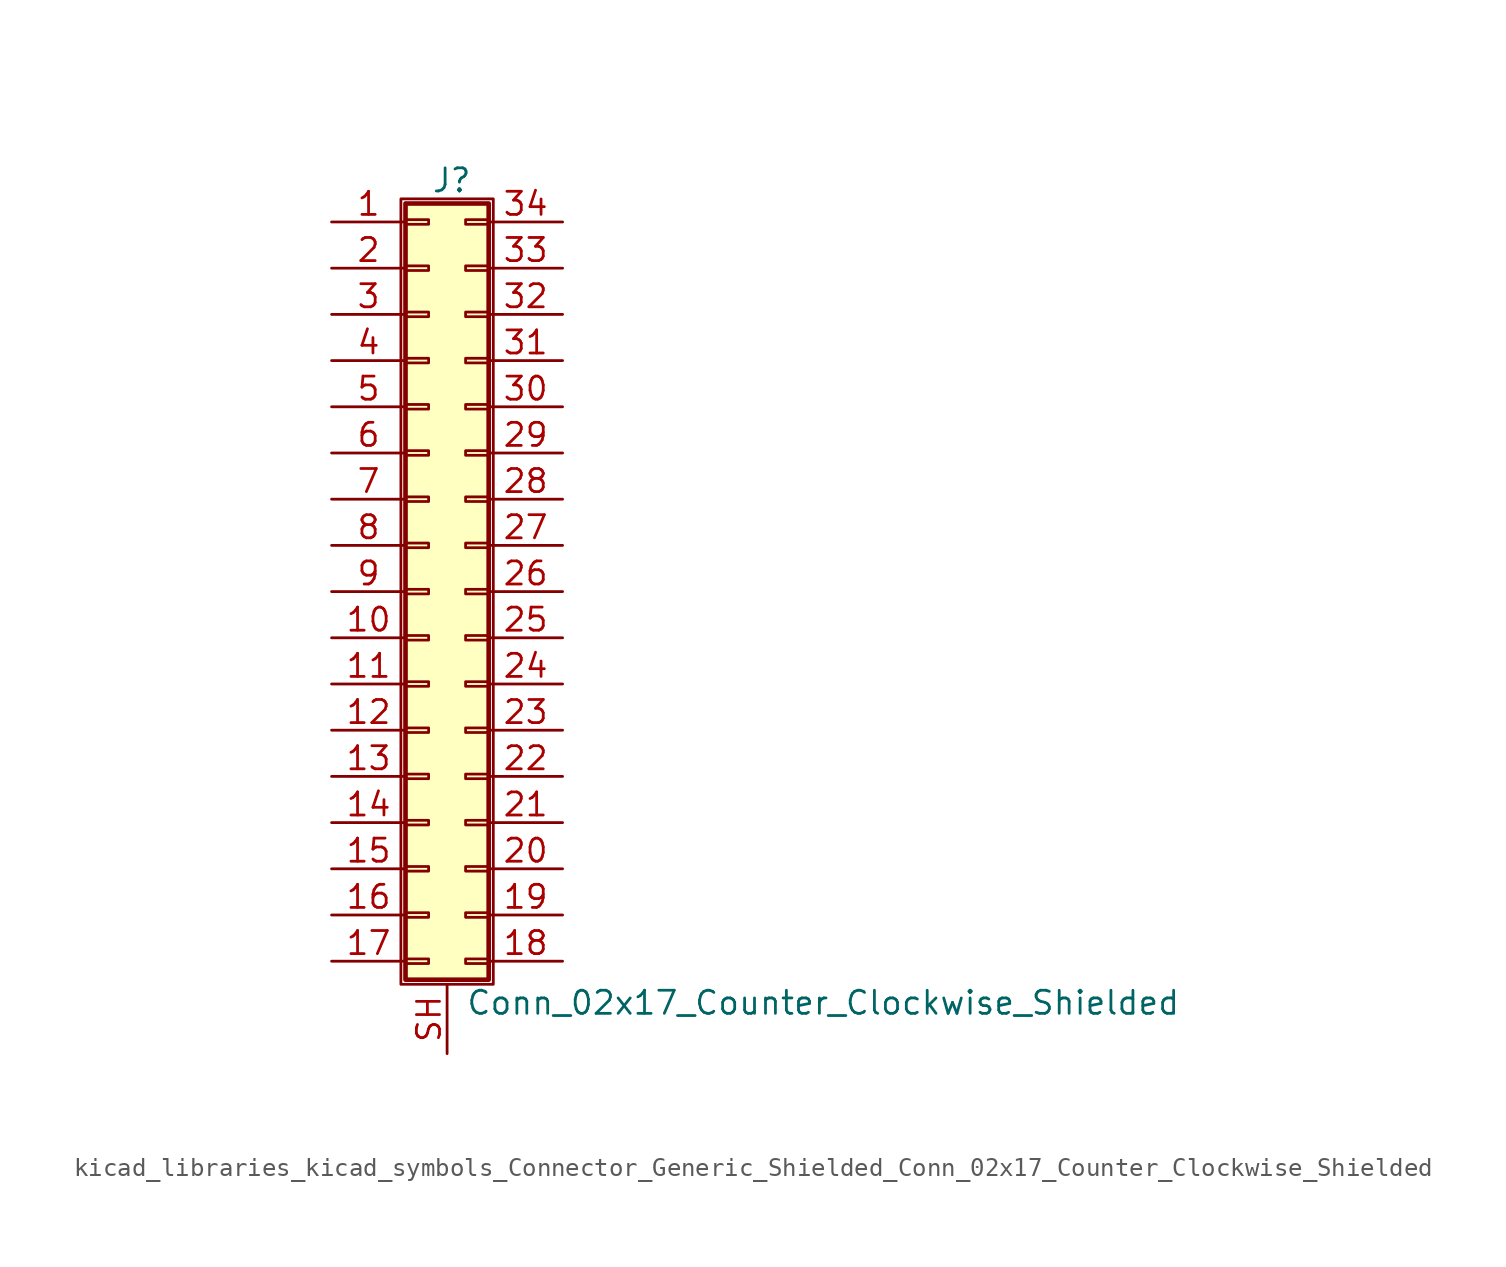
<source format=kicad_sym>
(kicad_symbol_lib
  (version 20220914)
  (generator kicad_symbol_editor)
  (symbol "kicad_libraries_kicad_symbols_Connector_Generic_Shielded_Conn_02x17_Counter_Clockwise_Shielded"
    (pin_names
      (offset 1.016) hide)
    (property "Reference" "J"
      (at 1.524 22.606 0)
      (effects (font (size 1.27 1.27))))
    (property "Value" "Conn_02x17_Counter_Clockwise_Shielded"
      (at 2.286 -22.606 0)
      (effects (font (size 1.27 1.27)) (justify left)))
    (symbol "kicad_libraries_kicad_symbols_Connector_Generic_Shielded_Conn_02x17_Counter_Clockwise_Shielded_1_1"
      (rectangle (start -1.27 21.59) (end 3.81 -21.59) (stroke (width 0.152) (type default)) (fill (type none)))
      (rectangle (start -1.016 -20.193) (end 0.254 -20.447) (stroke (width 0.152) (type default)) (fill (type none)))
      (rectangle (start -1.016 -17.653) (end 0.254 -17.907) (stroke (width 0.152) (type default)) (fill (type none)))
      (rectangle (start -1.016 -15.113) (end 0.254 -15.367) (stroke (width 0.152) (type default)) (fill (type none)))
      (rectangle (start -1.016 -12.573) (end 0.254 -12.827) (stroke (width 0.152) (type default)) (fill (type none)))
      (rectangle (start -1.016 -10.033) (end 0.254 -10.287) (stroke (width 0.152) (type default)) (fill (type none)))
      (rectangle (start -1.016 -7.493) (end 0.254 -7.747) (stroke (width 0.152) (type default)) (fill (type none)))
      (rectangle (start -1.016 -4.953) (end 0.254 -5.207) (stroke (width 0.152) (type default)) (fill (type none)))
      (rectangle (start -1.016 -2.413) (end 0.254 -2.667) (stroke (width 0.152) (type default)) (fill (type none)))
      (rectangle (start -1.016 0.127) (end 0.254 -0.127) (stroke (width 0.152) (type default)) (fill (type none)))
      (rectangle (start -1.016 2.667) (end 0.254 2.413) (stroke (width 0.152) (type default)) (fill (type none)))
      (rectangle (start -1.016 5.207) (end 0.254 4.953) (stroke (width 0.152) (type default)) (fill (type none)))
      (rectangle (start -1.016 7.747) (end 0.254 7.493) (stroke (width 0.152) (type default)) (fill (type none)))
      (rectangle (start -1.016 10.287) (end 0.254 10.033) (stroke (width 0.152) (type default)) (fill (type none)))
      (rectangle (start -1.016 12.827) (end 0.254 12.573) (stroke (width 0.152) (type default)) (fill (type none)))
      (rectangle (start -1.016 15.367) (end 0.254 15.113) (stroke (width 0.152) (type default)) (fill (type none)))
      (rectangle (start -1.016 17.907) (end 0.254 17.653) (stroke (width 0.152) (type default)) (fill (type none)))
      (rectangle (start -1.016 20.447) (end 0.254 20.193) (stroke (width 0.152) (type default)) (fill (type none)))
      (rectangle (start -1.016 21.336) (end 3.556 -21.336) (stroke (width 0.254) (type default)) (fill (type background)))
      (rectangle (start 3.556 -20.193) (end 2.286 -20.447) (stroke (width 0.152) (type default)) (fill (type none)))
      (rectangle (start 3.556 -17.653) (end 2.286 -17.907) (stroke (width 0.152) (type default)) (fill (type none)))
      (rectangle (start 3.556 -15.113) (end 2.286 -15.367) (stroke (width 0.152) (type default)) (fill (type none)))
      (rectangle (start 3.556 -12.573) (end 2.286 -12.827) (stroke (width 0.152) (type default)) (fill (type none)))
      (rectangle (start 3.556 -10.033) (end 2.286 -10.287) (stroke (width 0.152) (type default)) (fill (type none)))
      (rectangle (start 3.556 -7.493) (end 2.286 -7.747) (stroke (width 0.152) (type default)) (fill (type none)))
      (rectangle (start 3.556 -4.953) (end 2.286 -5.207) (stroke (width 0.152) (type default)) (fill (type none)))
      (rectangle (start 3.556 -2.413) (end 2.286 -2.667) (stroke (width 0.152) (type default)) (fill (type none)))
      (rectangle (start 3.556 0.127) (end 2.286 -0.127) (stroke (width 0.152) (type default)) (fill (type none)))
      (rectangle (start 3.556 2.667) (end 2.286 2.413) (stroke (width 0.152) (type default)) (fill (type none)))
      (rectangle (start 3.556 5.207) (end 2.286 4.953) (stroke (width 0.152) (type default)) (fill (type none)))
      (rectangle (start 3.556 7.747) (end 2.286 7.493) (stroke (width 0.152) (type default)) (fill (type none)))
      (rectangle (start 3.556 10.287) (end 2.286 10.033) (stroke (width 0.152) (type default)) (fill (type none)))
      (rectangle (start 3.556 12.827) (end 2.286 12.573) (stroke (width 0.152) (type default)) (fill (type none)))
      (rectangle (start 3.556 15.367) (end 2.286 15.113) (stroke (width 0.152) (type default)) (fill (type none)))
      (rectangle (start 3.556 17.907) (end 2.286 17.653) (stroke (width 0.152) (type default)) (fill (type none)))
      (rectangle (start 3.556 20.447) (end 2.286 20.193) (stroke (width 0.152) (type default)) (fill (type none)))
      (pin passive line (at -5.08 20.32 0) (length 4.064) (name "Pin_1" (effects (font (size 1.27 1.27)))) (number "1" (effects (font (size 1.27 1.27)))))
      (pin passive line (at -5.08 -2.54 0) (length 4.064) (name "Pin_10" (effects (font (size 1.27 1.27)))) (number "10" (effects (font (size 1.27 1.27)))))
      (pin passive line (at -5.08 -5.08 0) (length 4.064) (name "Pin_11" (effects (font (size 1.27 1.27)))) (number "11" (effects (font (size 1.27 1.27)))))
      (pin passive line (at -5.08 -7.62 0) (length 4.064) (name "Pin_12" (effects (font (size 1.27 1.27)))) (number "12" (effects (font (size 1.27 1.27)))))
      (pin passive line (at -5.08 -10.16 0) (length 4.064) (name "Pin_13" (effects (font (size 1.27 1.27)))) (number "13" (effects (font (size 1.27 1.27)))))
      (pin passive line (at -5.08 -12.7 0) (length 4.064) (name "Pin_14" (effects (font (size 1.27 1.27)))) (number "14" (effects (font (size 1.27 1.27)))))
      (pin passive line (at -5.08 -15.24 0) (length 4.064) (name "Pin_15" (effects (font (size 1.27 1.27)))) (number "15" (effects (font (size 1.27 1.27)))))
      (pin passive line (at -5.08 -17.78 0) (length 4.064) (name "Pin_16" (effects (font (size 1.27 1.27)))) (number "16" (effects (font (size 1.27 1.27)))))
      (pin passive line (at -5.08 -20.32 0) (length 4.064) (name "Pin_17" (effects (font (size 1.27 1.27)))) (number "17" (effects (font (size 1.27 1.27)))))
      (pin passive line (at 7.62 -20.32 180) (length 4.064) (name "Pin_18" (effects (font (size 1.27 1.27)))) (number "18" (effects (font (size 1.27 1.27)))))
      (pin passive line (at 7.62 -17.78 180) (length 4.064) (name "Pin_19" (effects (font (size 1.27 1.27)))) (number "19" (effects (font (size 1.27 1.27)))))
      (pin passive line (at -5.08 17.78 0) (length 4.064) (name "Pin_2" (effects (font (size 1.27 1.27)))) (number "2" (effects (font (size 1.27 1.27)))))
      (pin passive line (at 7.62 -15.24 180) (length 4.064) (name "Pin_20" (effects (font (size 1.27 1.27)))) (number "20" (effects (font (size 1.27 1.27)))))
      (pin passive line (at 7.62 -12.7 180) (length 4.064) (name "Pin_21" (effects (font (size 1.27 1.27)))) (number "21" (effects (font (size 1.27 1.27)))))
      (pin passive line (at 7.62 -10.16 180) (length 4.064) (name "Pin_22" (effects (font (size 1.27 1.27)))) (number "22" (effects (font (size 1.27 1.27)))))
      (pin passive line (at 7.62 -7.62 180) (length 4.064) (name "Pin_23" (effects (font (size 1.27 1.27)))) (number "23" (effects (font (size 1.27 1.27)))))
      (pin passive line (at 7.62 -5.08 180) (length 4.064) (name "Pin_24" (effects (font (size 1.27 1.27)))) (number "24" (effects (font (size 1.27 1.27)))))
      (pin passive line (at 7.62 -2.54 180) (length 4.064) (name "Pin_25" (effects (font (size 1.27 1.27)))) (number "25" (effects (font (size 1.27 1.27)))))
      (pin passive line (at 7.62 0 180) (length 4.064) (name "Pin_26" (effects (font (size 1.27 1.27)))) (number "26" (effects (font (size 1.27 1.27)))))
      (pin passive line (at 7.62 2.54 180) (length 4.064) (name "Pin_27" (effects (font (size 1.27 1.27)))) (number "27" (effects (font (size 1.27 1.27)))))
      (pin passive line (at 7.62 5.08 180) (length 4.064) (name "Pin_28" (effects (font (size 1.27 1.27)))) (number "28" (effects (font (size 1.27 1.27)))))
      (pin passive line (at 7.62 7.62 180) (length 4.064) (name "Pin_29" (effects (font (size 1.27 1.27)))) (number "29" (effects (font (size 1.27 1.27)))))
      (pin passive line (at -5.08 15.24 0) (length 4.064) (name "Pin_3" (effects (font (size 1.27 1.27)))) (number "3" (effects (font (size 1.27 1.27)))))
      (pin passive line (at 7.62 10.16 180) (length 4.064) (name "Pin_30" (effects (font (size 1.27 1.27)))) (number "30" (effects (font (size 1.27 1.27)))))
      (pin passive line (at 7.62 12.7 180) (length 4.064) (name "Pin_31" (effects (font (size 1.27 1.27)))) (number "31" (effects (font (size 1.27 1.27)))))
      (pin passive line (at 7.62 15.24 180) (length 4.064) (name "Pin_32" (effects (font (size 1.27 1.27)))) (number "32" (effects (font (size 1.27 1.27)))))
      (pin passive line (at 7.62 17.78 180) (length 4.064) (name "Pin_33" (effects (font (size 1.27 1.27)))) (number "33" (effects (font (size 1.27 1.27)))))
      (pin passive line (at 7.62 20.32 180) (length 4.064) (name "Pin_34" (effects (font (size 1.27 1.27)))) (number "34" (effects (font (size 1.27 1.27)))))
      (pin passive line (at -5.08 12.7 0) (length 4.064) (name "Pin_4" (effects (font (size 1.27 1.27)))) (number "4" (effects (font (size 1.27 1.27)))))
      (pin passive line (at -5.08 10.16 0) (length 4.064) (name "Pin_5" (effects (font (size 1.27 1.27)))) (number "5" (effects (font (size 1.27 1.27)))))
      (pin passive line (at -5.08 7.62 0) (length 4.064) (name "Pin_6" (effects (font (size 1.27 1.27)))) (number "6" (effects (font (size 1.27 1.27)))))
      (pin passive line (at -5.08 5.08 0) (length 4.064) (name "Pin_7" (effects (font (size 1.27 1.27)))) (number "7" (effects (font (size 1.27 1.27)))))
      (pin passive line (at -5.08 2.54 0) (length 4.064) (name "Pin_8" (effects (font (size 1.27 1.27)))) (number "8" (effects (font (size 1.27 1.27)))))
      (pin passive line (at -5.08 0 0) (length 4.064) (name "Pin_9" (effects (font (size 1.27 1.27)))) (number "9" (effects (font (size 1.27 1.27)))))
      (pin passive line (at 1.27 -25.4 90) (length 3.81) (name "Shield" (effects (font (size 1.27 1.27)))) (number "SH" (effects (font (size 1.27 1.27))))))))
</source>
